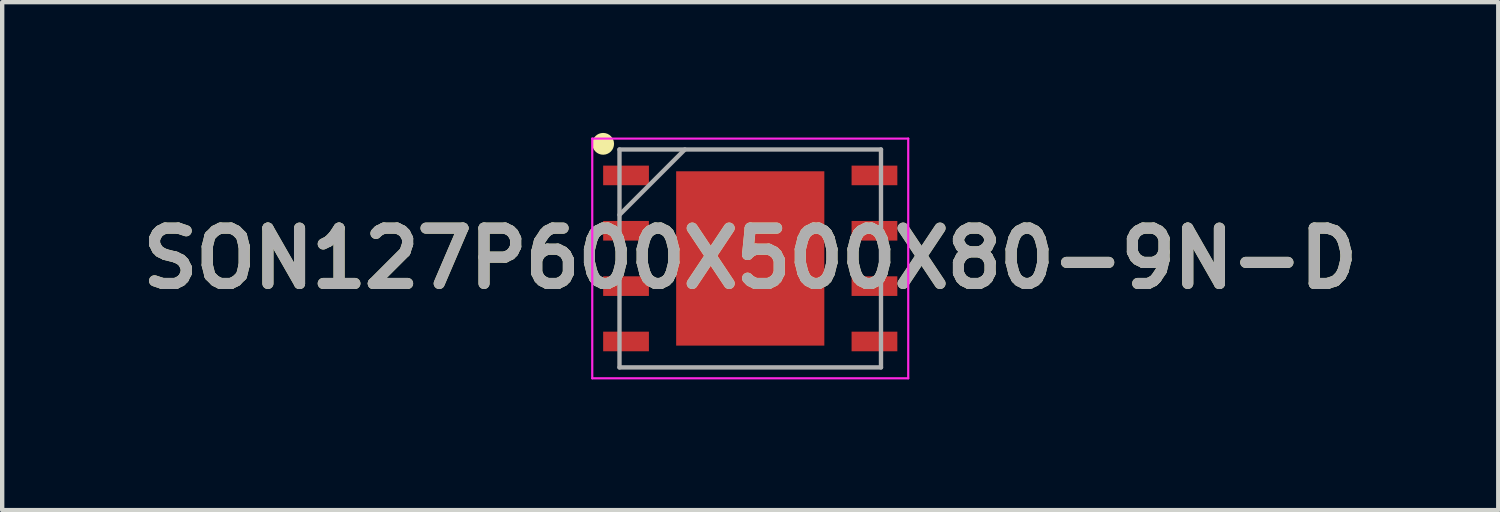
<source format=kicad_pcb>
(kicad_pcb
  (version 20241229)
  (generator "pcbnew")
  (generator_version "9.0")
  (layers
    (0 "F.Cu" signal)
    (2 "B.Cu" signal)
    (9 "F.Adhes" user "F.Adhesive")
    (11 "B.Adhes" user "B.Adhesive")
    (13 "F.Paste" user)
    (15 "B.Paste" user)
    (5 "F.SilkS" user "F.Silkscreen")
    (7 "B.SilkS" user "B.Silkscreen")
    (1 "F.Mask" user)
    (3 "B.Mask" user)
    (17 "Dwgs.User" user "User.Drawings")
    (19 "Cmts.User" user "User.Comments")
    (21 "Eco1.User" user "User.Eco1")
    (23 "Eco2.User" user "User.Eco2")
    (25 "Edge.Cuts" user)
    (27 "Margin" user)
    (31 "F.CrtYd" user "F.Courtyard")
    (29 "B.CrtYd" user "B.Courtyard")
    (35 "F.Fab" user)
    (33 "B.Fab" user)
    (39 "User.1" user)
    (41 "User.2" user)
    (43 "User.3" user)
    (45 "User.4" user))
  (footprint "SON127P600X500X80-9N-D"
    (layer "F.Cu")
    (at 14.164 2.88)
    (property "Reference" "SON127P600X500X80-9N-D" (at 0 0 0) (layer "F.SilkS") (effects (font (size 1.27 1.27) (thickness 0.254))))
    (attr smd)
    (fp_circle (center -3.375 -2.63) (end -3.375 -2.505) (stroke (width 0.25) (type solid)) (fill no) (layer "F.SilkS"))
    (fp_line (start -3.625 -2.75) (end 3.625 -2.75) (stroke (width 0.05) (type solid)) (layer "F.CrtYd"))
    (fp_line (start -3.625 2.75) (end -3.625 -2.75) (stroke (width 0.05) (type solid)) (layer "F.CrtYd"))
    (fp_line (start 3.625 -2.75) (end 3.625 2.75) (stroke (width 0.05) (type solid)) (layer "F.CrtYd"))
    (fp_line (start 3.625 2.75) (end -3.625 2.75) (stroke (width 0.05) (type solid)) (layer "F.CrtYd"))
    (fp_line (start -3 -2.5) (end 3 -2.5) (stroke (width 0.1) (type solid)) (layer "F.Fab"))
    (fp_line (start -3 -1) (end -1.5 -2.5) (stroke (width 0.1) (type solid)) (layer "F.Fab"))
    (fp_line (start -3 2.5) (end -3 -2.5) (stroke (width 0.1) (type solid)) (layer "F.Fab"))
    (fp_line (start 3 -2.5) (end 3 2.5) (stroke (width 0.1) (type solid)) (layer "F.Fab"))
    (fp_line (start 3 2.5) (end -3 2.5) (stroke (width 0.1) (type solid)) (layer "F.Fab"))
    (fp_text user "${REFERENCE}" (at 0 0 0) (layer "F.Fab") (effects (font (size 1.27 1.27) (thickness 0.254))))
    (pad "1" smd rect (at -2.85 -1.905 90) (size 0.45 1.05) (layers "F.Cu" "F.Mask" "F.Paste"))
    (pad "2" smd rect (at -2.85 -0.635 90) (size 0.45 1.05) (layers "F.Cu" "F.Mask" "F.Paste"))
    (pad "3" smd rect (at -2.85 0.635 90) (size 0.45 1.05) (layers "F.Cu" "F.Mask" "F.Paste"))
    (pad "4" smd rect (at -2.85 1.905 90) (size 0.45 1.05) (layers "F.Cu" "F.Mask" "F.Paste"))
    (pad "5" smd rect (at 2.85 1.905 90) (size 0.45 1.05) (layers "F.Cu" "F.Mask" "F.Paste"))
    (pad "6" smd rect (at 2.85 0.635 90) (size 0.45 1.05) (layers "F.Cu" "F.Mask" "F.Paste"))
    (pad "7" smd rect (at 2.85 -0.635 90) (size 0.45 1.05) (layers "F.Cu" "F.Mask" "F.Paste"))
    (pad "8" smd rect (at 2.85 -1.905 90) (size 0.45 1.05) (layers "F.Cu" "F.Mask" "F.Paste"))
    (pad "9" smd rect (at 0 0) (size 3.4 4) (layers "F.Cu" "F.Mask" "F.Paste")))
  (gr_rect
    (start -3 -3)
    (end 31.327 8.655)
    (stroke (width 0.1) (type default))
    (fill no)
    (layer "Edge.Cuts")))
</source>
